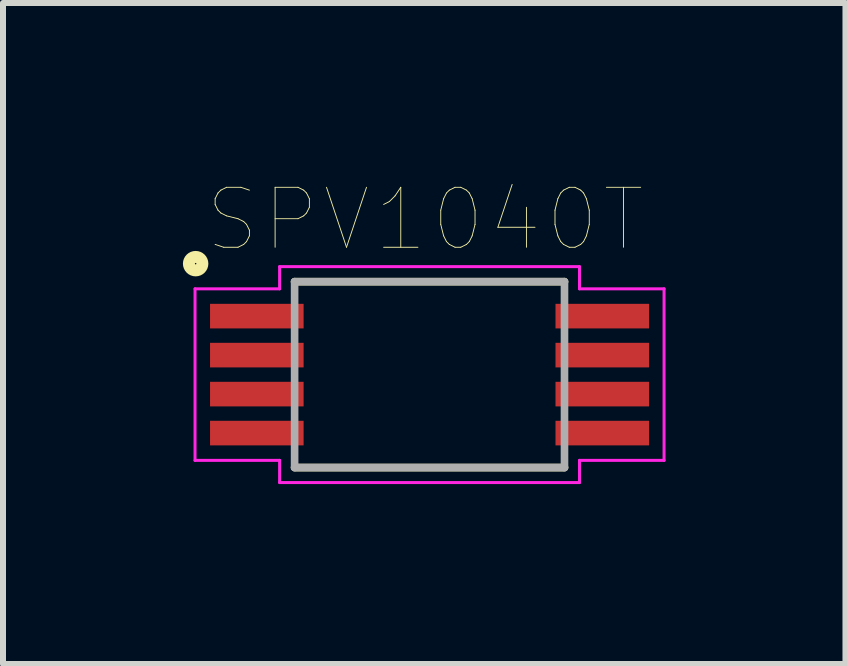
<source format=kicad_pcb>
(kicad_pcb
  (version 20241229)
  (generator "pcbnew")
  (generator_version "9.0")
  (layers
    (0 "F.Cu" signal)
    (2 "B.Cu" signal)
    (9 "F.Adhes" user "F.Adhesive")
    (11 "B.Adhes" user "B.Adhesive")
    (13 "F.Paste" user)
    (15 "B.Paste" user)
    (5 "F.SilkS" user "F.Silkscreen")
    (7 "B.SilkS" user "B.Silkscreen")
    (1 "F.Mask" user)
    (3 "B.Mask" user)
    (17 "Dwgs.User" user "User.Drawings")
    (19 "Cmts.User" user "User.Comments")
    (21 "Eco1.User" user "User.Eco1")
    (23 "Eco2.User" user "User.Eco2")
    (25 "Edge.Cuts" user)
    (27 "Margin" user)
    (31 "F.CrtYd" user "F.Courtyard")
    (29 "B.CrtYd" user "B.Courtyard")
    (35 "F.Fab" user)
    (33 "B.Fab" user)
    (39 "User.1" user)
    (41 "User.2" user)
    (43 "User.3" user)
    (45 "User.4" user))
  (footprint "SPV1040T"
    (layer "F.Cu")
    (at 4.112 3.196)
    (property "Reference" "SPV1040T" (at -0.075 -2.585 0) (layer "F.SilkS") (effects (font (size 1 1) (thickness 0.015))))
    (attr through_hole)
    (fp_line (start -2.25 1.55) (end 2.25 1.55) (stroke (width 0.127) (type solid)) (layer "F.SilkS"))
    (fp_line (start 2.25 -1.55) (end -2.25 -1.55) (stroke (width 0.127) (type solid)) (layer "F.SilkS"))
    (fp_circle (center -3.9 -1.85) (end -3.788 -1.85) (stroke (width 0.2) (type solid)) (fill no) (layer "F.SilkS"))
    (fp_line (start -3.91 -1.43) (end -2.5 -1.43) (stroke (width 0.05) (type solid)) (layer "F.CrtYd"))
    (fp_line (start -3.91 1.43) (end -3.91 -1.43) (stroke (width 0.05) (type solid)) (layer "F.CrtYd"))
    (fp_line (start -2.5 -1.8) (end 2.5 -1.8) (stroke (width 0.05) (type solid)) (layer "F.CrtYd"))
    (fp_line (start -2.5 -1.43) (end -2.5 -1.8) (stroke (width 0.05) (type solid)) (layer "F.CrtYd"))
    (fp_line (start -2.5 1.43) (end -3.91 1.43) (stroke (width 0.05) (type solid)) (layer "F.CrtYd"))
    (fp_line (start -2.5 1.8) (end -2.5 1.43) (stroke (width 0.05) (type solid)) (layer "F.CrtYd"))
    (fp_line (start 2.5 -1.8) (end 2.5 -1.43) (stroke (width 0.05) (type solid)) (layer "F.CrtYd"))
    (fp_line (start 2.5 -1.43) (end 3.91 -1.43) (stroke (width 0.05) (type solid)) (layer "F.CrtYd"))
    (fp_line (start 2.5 1.43) (end 2.5 1.8) (stroke (width 0.05) (type solid)) (layer "F.CrtYd"))
    (fp_line (start 2.5 1.8) (end -2.5 1.8) (stroke (width 0.05) (type solid)) (layer "F.CrtYd"))
    (fp_line (start 3.91 -1.43) (end 3.91 1.43) (stroke (width 0.05) (type solid)) (layer "F.CrtYd"))
    (fp_line (start 3.91 1.43) (end 2.5 1.43) (stroke (width 0.05) (type solid)) (layer "F.CrtYd"))
    (fp_line (start -2.25 -1.55) (end -2.25 1.55) (stroke (width 0.127) (type solid)) (layer "F.Fab"))
    (fp_line (start -2.25 1.55) (end 2.25 1.55) (stroke (width 0.127) (type solid)) (layer "F.Fab"))
    (fp_line (start 2.25 -1.55) (end -2.25 -1.55) (stroke (width 0.127) (type solid)) (layer "F.Fab"))
    (fp_line (start 2.25 1.55) (end 2.25 -1.55) (stroke (width 0.127) (type solid)) (layer "F.Fab"))
    (pad "1" smd rect (at -2.88 -0.975) (size 1.56 0.41) (layers "F.Cu" "F.Mask" "F.Paste"))
    (pad "2" smd rect (at -2.88 -0.325) (size 1.56 0.41) (layers "F.Cu" "F.Mask" "F.Paste"))
    (pad "3" smd rect (at -2.88 0.325) (size 1.56 0.41) (layers "F.Cu" "F.Mask" "F.Paste"))
    (pad "4" smd rect (at -2.88 0.975) (size 1.56 0.41) (layers "F.Cu" "F.Mask" "F.Paste"))
    (pad "5" smd rect (at 2.88 0.975) (size 1.56 0.41) (layers "F.Cu" "F.Mask" "F.Paste"))
    (pad "6" smd rect (at 2.88 0.325) (size 1.56 0.41) (layers "F.Cu" "F.Mask" "F.Paste"))
    (pad "7" smd rect (at 2.88 -0.325) (size 1.56 0.41) (layers "F.Cu" "F.Mask" "F.Paste"))
    (pad "8" smd rect (at 2.88 -0.975) (size 1.56 0.41) (layers "F.Cu" "F.Mask" "F.Paste")))
  (gr_rect
    (start -3 -3)
    (end 11.047 8.021)
    (stroke (width 0.1) (type default))
    (fill no)
    (layer "Edge.Cuts")))
</source>
